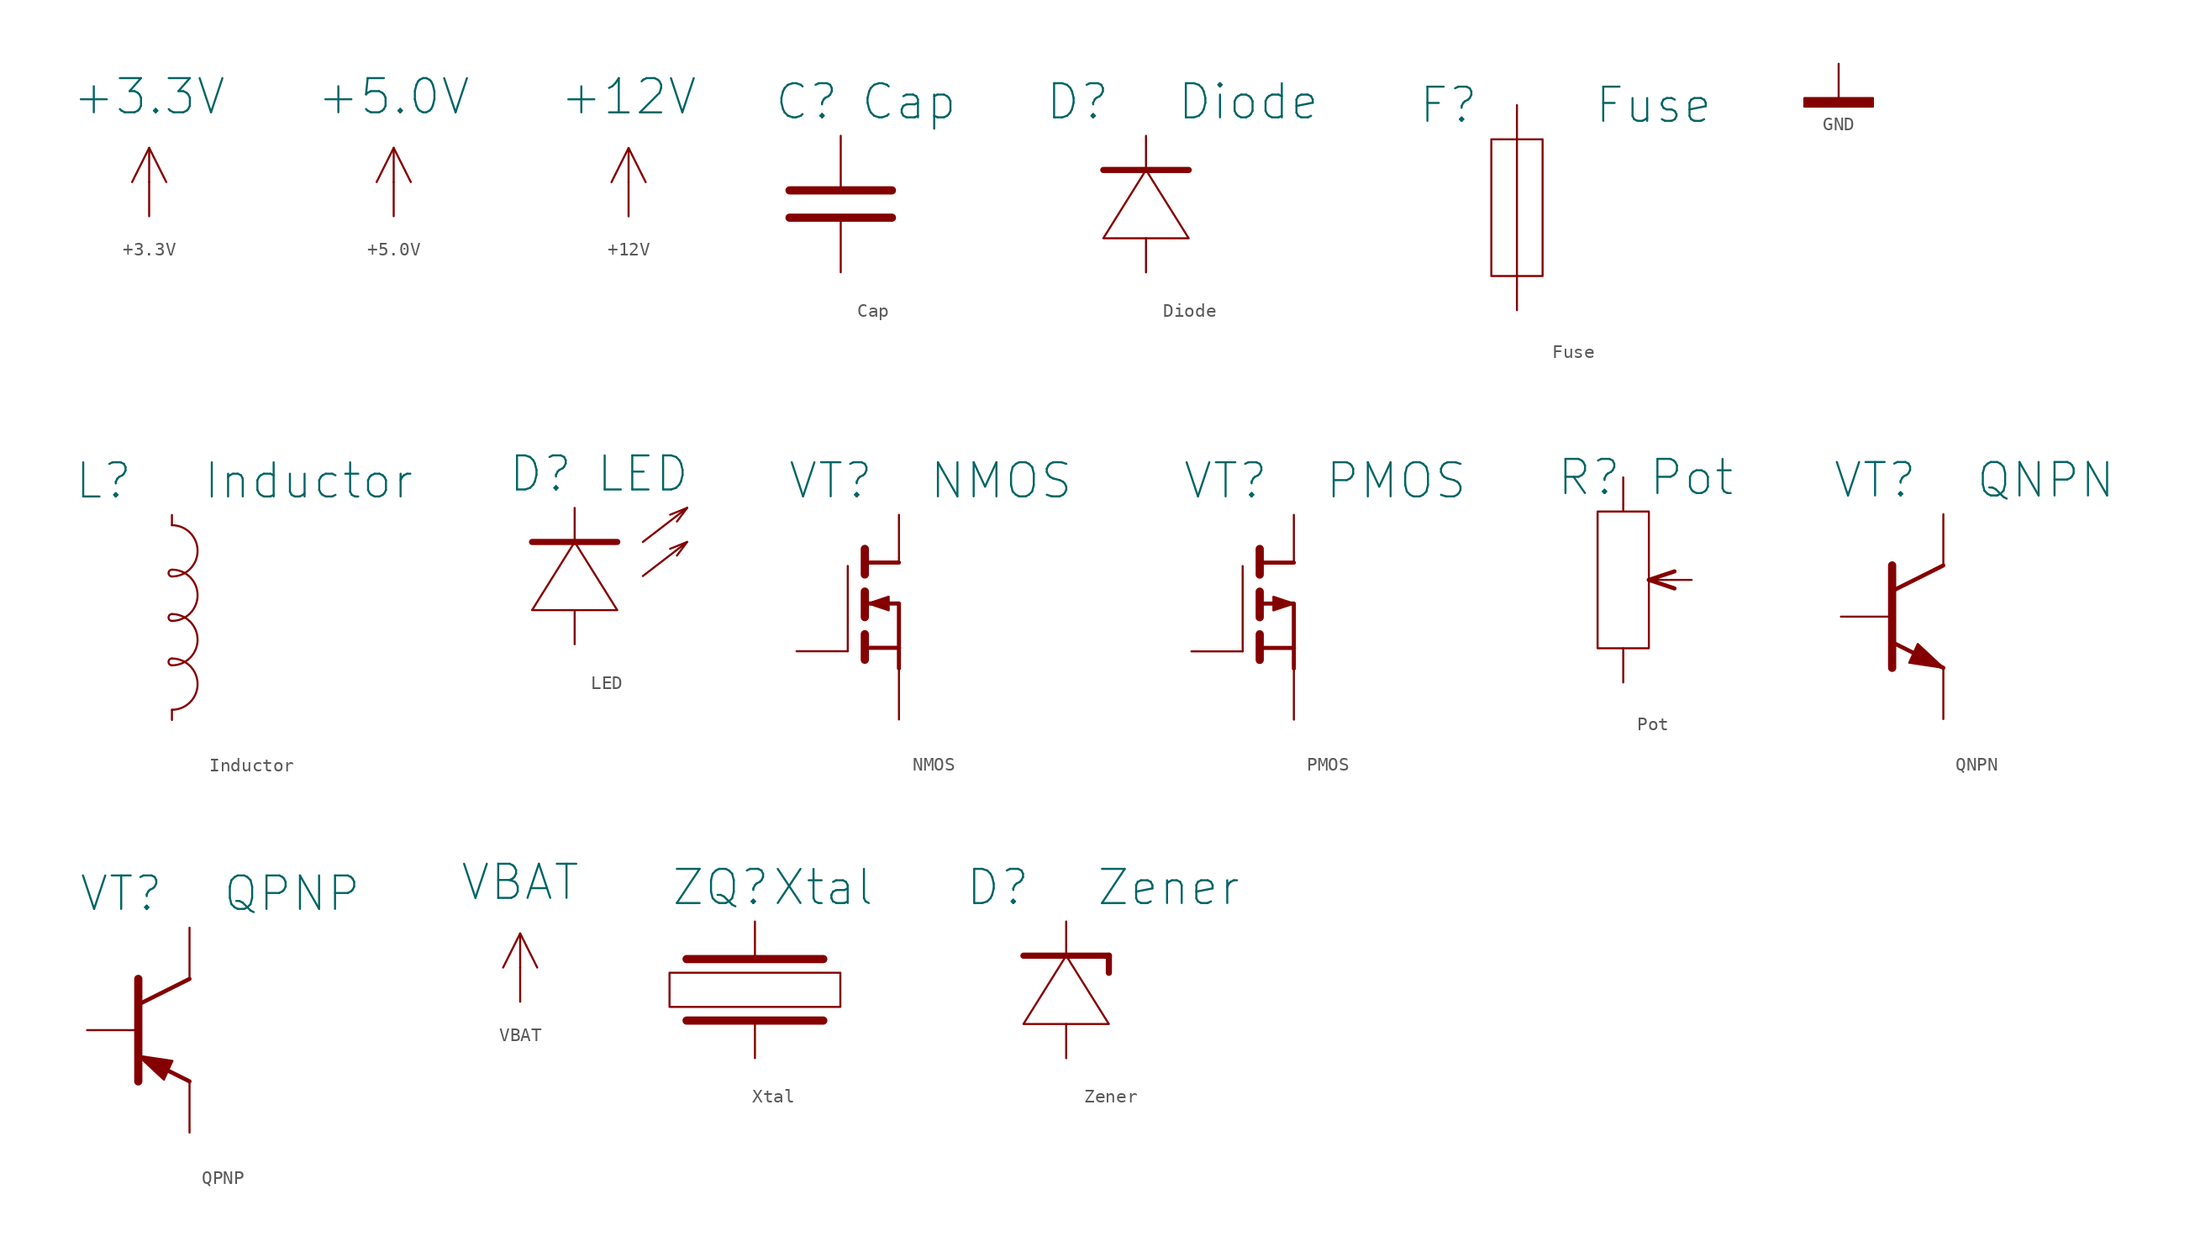
<source format=kicad_sym>
(kicad_symbol_lib
  (version 20211014)
  (generator kicad_symbol_editor)
  (symbol "+3.3V"
    (power)
    (pin_numbers hide)
    (pin_names
      (offset 0) hide)
    (property "Reference" "#PWR"
      (at 6.35 2.54 0)
      (effects (font (size 1.27 1.27)) hide))
    (property "Value" "+3.3V"
      (at 0 8.89 0)
      (effects (font (size 2.54 2.54))))
    (symbol "+3.3V_0_1"
      (polyline (pts (xy 0 2.54) (xy 0 5.08)) (stroke (width 0) (type default) (color 0 0 0 0)) (fill (type none)))
      (polyline (pts (xy -1.27 2.54) (xy 0 5.08) (xy 1.27 2.54)) (stroke (width 0) (type default) (color 0 0 0 0)) (fill (type none))))
    (symbol "+3.3V_1_1"
      (pin power_in line (at 0 0 90) (length 2.54) (name "+3.3V" (effects (font (size 1.27 1.27)))) (number "1" (effects (font (size 1.27 1.27)))))))
  (symbol "+5.0V"
    (power)
    (pin_numbers hide)
    (pin_names
      (offset 0) hide)
    (property "Reference" "#PWR"
      (at 6.35 2.54 0)
      (effects (font (size 1.27 1.27)) hide))
    (property "Value" "+5.0V"
      (at 0 8.89 0)
      (effects (font (size 2.54 2.54))))
    (symbol "+5.0V_0_1"
      (polyline (pts (xy 0 2.54) (xy 0 5.08)) (stroke (width 0) (type default) (color 0 0 0 0)) (fill (type none)))
      (polyline (pts (xy -1.27 2.54) (xy 0 5.08) (xy 1.27 2.54)) (stroke (width 0) (type default) (color 0 0 0 0)) (fill (type none))))
    (symbol "+5.0V_1_1"
      (pin power_in line (at 0 0 90) (length 2.54) (name "+5.0V" (effects (font (size 1.27 1.27)))) (number "1" (effects (font (size 1.27 1.27)))))))
  (symbol "+12V"
    (power)
    (pin_numbers hide)
    (pin_names
      (offset 0) hide)
    (property "Reference" "#PWR"
      (at 6.35 2.54 0)
      (effects (font (size 1.27 1.27)) hide))
    (property "Value" "+12V"
      (at 0 8.89 0)
      (effects (font (size 2.54 2.54))))
    (symbol "+12V_0_1"
      (polyline (pts (xy 0 2.54) (xy 0 5.08)) (stroke (width 0) (type default) (color 0 0 0 0)) (fill (type none)))
      (polyline (pts (xy -1.27 2.54) (xy 0 5.08) (xy 1.27 2.54)) (stroke (width 0) (type default) (color 0 0 0 0)) (fill (type none))))
    (symbol "+12V_1_1"
      (pin power_in line (at 0 0 90) (length 2.54) (name "+12V" (effects (font (size 1.27 1.27)))) (number "1" (effects (font (size 1.27 1.27)))))))
  (symbol "Cap"
    (pin_numbers hide)
    (pin_names
      (offset 0) hide)
    (property "Reference" "C"
      (at -2.54 7.62 0)
      (effects (font (size 2.54 2.54))))
    (property "Value" "Cap"
      (at 5.08 7.62 0)
      (effects (font (size 2.54 2.54))))
    (symbol "Cap_0_1"
      (polyline (pts (xy -3.81 -1.016) (xy 3.81 -1.016)) (stroke (width 0.61) (type default) (color 0 0 0 0)) (fill (type none)))
      (polyline (pts (xy -3.81 1.016) (xy 3.81 1.016)) (stroke (width 0.61) (type default) (color 0 0 0 0)) (fill (type none))))
    (symbol "Cap_1_1"
      (pin passive line (at 0 5.08 270) (length 4.064) (name "~" (effects (font (size 2.54 2.54)))) (number "1" (effects (font (size 2.54 2.54)))))
      (pin passive line (at 0 -5.08 90) (length 4.064) (name "~" (effects (font (size 2.54 2.54)))) (number "2" (effects (font (size 2.54 2.54)))))))
  (symbol "Diode"
    (pin_numbers hide)
    (pin_names
      (offset 0) hide)
    (property "Reference" "D"
      (at -5.08 7.62 0)
      (effects (font (size 2.54 2.54))))
    (property "Value" "Diode"
      (at 7.62 7.62 0)
      (effects (font (size 2.54 2.54))))
    (symbol "Diode_0_1"
      (polyline (pts (xy -3.175 2.54) (xy 3.175 2.54)) (stroke (width 0.457) (type default) (color 0 0 0 0)) (fill (type none)))
      (polyline (pts (xy -3.175 -2.54) (xy 3.175 -2.54) (xy 0 2.54) (xy -3.175 -2.54)) (stroke (width 0) (type default) (color 0 0 0 0)) (fill (type none))))
    (symbol "Diode_1_1"
      (pin passive line (at 0 5.08 270) (length 2.54) (name "K" (effects (font (size 2.54 2.54)))) (number "1" (effects (font (size 2.54 2.54)))))
      (pin passive line (at 0 -5.08 90) (length 2.54) (name "A" (effects (font (size 2.54 2.54)))) (number "2" (effects (font (size 2.54 2.54)))))))
  (symbol "Fuse"
    (pin_numbers hide)
    (pin_names
      (offset 0) hide)
    (property "Reference" "F"
      (at -5.08 7.62 0)
      (effects (font (size 2.54 2.54))))
    (property "Value" "Fuse"
      (at 10.16 7.62 0)
      (effects (font (size 2.54 2.54))))
    (symbol "Fuse_0_1"
      (rectangle (start -1.905 5.08) (end 1.905 -5.08) (stroke (width 0) (type default) (color 0 0 0 0)) (fill (type none)))
      (polyline (pts (xy 0 5.08) (xy 0 -5.08)) (stroke (width 0) (type default) (color 0 0 0 0)) (fill (type none))))
    (symbol "Fuse_1_1"
      (pin passive line (at 0 7.62 270) (length 2.54) (name "~" (effects (font (size 2.54 2.54)))) (number "1" (effects (font (size 2.54 2.54)))))
      (pin passive line (at 0 -7.62 90) (length 2.54) (name "~" (effects (font (size 2.54 2.54)))) (number "2" (effects (font (size 2.54 2.54)))))))
  (symbol "GND"
    (power)
    (pin_numbers hide)
    (pin_names
      (offset 0) hide)
    (property "Reference" "#GND"
      (at 3.81 2.54 0)
      (effects (font (size 1.27 1.27)) hide))
    (symbol "GND_0_1"
      (rectangle (start -2.54 0) (end 2.54 -0.635) (stroke (width 0) (type default) (color 0 0 0 0)) (fill (type outline)))
      (pin power_in line (at 0 2.54 270) (length 2.54) (name "GND" (effects (font (size 1.524 1.524)))) (number "1" (effects (font (size 2.54 2.54)))))))
  (symbol "Inductor"
    (pin_numbers hide)
    (pin_names
      (offset 0) hide)
    (property "Reference" "L"
      (at -5.08 10.16 0)
      (effects (font (size 2.54 2.54))))
    (property "Value" "Inductor"
      (at 10.16 10.16 0)
      (effects (font (size 2.54 2.54))))
    (symbol "Inductor_0_1"
      (arc (start 0 -6.858) (mid 1.905 -4.953) (end 0 -3.048) (stroke (width 0) (type default) (color 0 0 0 0)) (fill (type none)))
      (arc (start 0 -3.556) (mid 1.905 -1.651) (end 0 0.254) (stroke (width 0) (type default) (color 0 0 0 0)) (fill (type none)))
      (arc (start 0 -3.048) (mid -0.254 -3.302) (end 0 -3.556) (stroke (width 0) (type default) (color 0 0 0 0)) (fill (type none)))
      (arc (start 0 -0.254) (mid 1.905 1.651) (end 0 3.556) (stroke (width 0) (type default) (color 0 0 0 0)) (fill (type none)))
      (arc (start 0 0.254) (mid -0.254 0) (end 0 -0.254) (stroke (width 0) (type default) (color 0 0 0 0)) (fill (type none)))
      (arc (start 0 3.048) (mid 1.905 4.953) (end 0 6.858) (stroke (width 0) (type default) (color 0 0 0 0)) (fill (type none)))
      (arc (start 0 3.556) (mid -0.254 3.302) (end 0 3.048) (stroke (width 0) (type default) (color 0 0 0 0)) (fill (type none))))
    (symbol "Inductor_1_1"
      (pin passive line (at 0 7.62 270) (length 0.762) (name "~" (effects (font (size 2.54 2.54)))) (number "1" (effects (font (size 2.54 2.54)))))
      (pin passive line (at 0 -7.62 90) (length 0.762) (name "~" (effects (font (size 2.54 2.54)))) (number "2" (effects (font (size 2.54 2.54)))))))
  (symbol "LED"
    (pin_numbers hide)
    (pin_names
      (offset 0) hide)
    (property "Reference" "D"
      (at -2.54 7.62 0)
      (effects (font (size 2.54 2.54))))
    (property "Value" "LED"
      (at 5.08 7.62 0)
      (effects (font (size 2.54 2.54))))
    (symbol "LED_0_1"
      (polyline (pts (xy -3.175 2.54) (xy 3.175 2.54)) (stroke (width 0.457) (type default) (color 0 0 0 0)) (fill (type none)))
      (polyline (pts (xy 5.08 0) (xy 8.382 2.54)) (stroke (width 0) (type default) (color 0 0 0 0)) (fill (type none)))
      (polyline (pts (xy 5.08 2.54) (xy 8.382 5.08)) (stroke (width 0) (type default) (color 0 0 0 0)) (fill (type none)))
      (polyline (pts (xy 8.382 2.54) (xy 7.112 2.032)) (stroke (width 0) (type default) (color 0 0 0 0)) (fill (type none)))
      (polyline (pts (xy 8.382 2.54) (xy 7.62 1.524)) (stroke (width 0) (type default) (color 0 0 0 0)) (fill (type none)))
      (polyline (pts (xy 8.382 5.08) (xy 7.112 4.572)) (stroke (width 0) (type default) (color 0 0 0 0)) (fill (type none)))
      (polyline (pts (xy 8.382 5.08) (xy 7.62 4.064)) (stroke (width 0) (type default) (color 0 0 0 0)) (fill (type none)))
      (polyline (pts (xy -3.175 -2.54) (xy 3.175 -2.54) (xy 0 2.54) (xy -3.175 -2.54)) (stroke (width 0) (type default) (color 0 0 0 0)) (fill (type none))))
    (symbol "LED_1_1"
      (pin passive line (at 0 5.08 270) (length 2.54) (name "C" (effects (font (size 2.54 2.54)))) (number "1" (effects (font (size 2.54 2.54)))))
      (pin passive line (at 0 -5.08 90) (length 2.54) (name "A" (effects (font (size 2.54 2.54)))) (number "2" (effects (font (size 2.54 2.54)))))))
  (symbol "NMOS"
    (pin_numbers hide)
    (pin_names
      (offset 0) hide)
    (property "Reference" "VT"
      (at -5.08 10.16 0)
      (effects (font (size 2.54 2.54))))
    (property "Value" "NMOS"
      (at 7.62 10.16 0)
      (effects (font (size 2.54 2.54))))
    (symbol "NMOS_0_0"
      (polyline (pts (xy -2.54 5.08) (xy -2.54 3.175)) (stroke (width 0.61) (type default) (color 0 0 0 0)) (fill (type none)))
      (polyline (pts (xy -2.286 1.016) (xy -0.762 1.524) (xy -0.762 0.508) (xy -2.286 1.016) (xy -2.159 1.016)) (stroke (width 0) (type default) (color 0 0 0 0)) (fill (type outline))))
    (symbol "NMOS_0_1"
      (polyline (pts (xy -3.81 -2.54) (xy -3.81 3.81)) (stroke (width 0) (type default) (color 0 0 0 0)) (fill (type none)))
      (polyline (pts (xy -2.54 -1.27) (xy -2.54 -3.175)) (stroke (width 0.61) (type default) (color 0 0 0 0)) (fill (type none)))
      (polyline (pts (xy -2.54 1.905) (xy -2.54 0)) (stroke (width 0.61) (type default) (color 0 0 0 0)) (fill (type none)))
      (polyline (pts (xy 0 -2.286) (xy -2.54 -2.286)) (stroke (width 0.305) (type default) (color 0 0 0 0)) (fill (type none)))
      (polyline (pts (xy 0 -2.286) (xy 0 -3.81)) (stroke (width 0.305) (type default) (color 0 0 0 0)) (fill (type none)))
      (polyline (pts (xy 0 4.064) (xy -2.54 4.064)) (stroke (width 0.305) (type default) (color 0 0 0 0)) (fill (type none)))
      (polyline (pts (xy -2.54 1.016) (xy 0 1.016) (xy 0 -2.286)) (stroke (width 0.305) (type default) (color 0 0 0 0)) (fill (type none))))
    (symbol "NMOS_1_1"
      (pin passive line (at -7.62 -2.54 0) (length 3.81) (name "g" (effects (font (size 1.905 1.905)))) (number "1" (effects (font (size 2.489 2.489)))))
      (pin passive line (at 0 -7.62 90) (length 3.81) (name "s" (effects (font (size 1.905 1.905)))) (number "2" (effects (font (size 2.489 2.489)))))
      (pin passive line (at 0 7.62 270) (length 3.556) (name "d" (effects (font (size 1.905 1.905)))) (number "3" (effects (font (size 2.489 2.489)))))))
  (symbol "PMOS"
    (pin_numbers hide)
    (pin_names
      (offset 0) hide)
    (property "Reference" "VT"
      (at -5.08 10.16 0)
      (effects (font (size 2.54 2.54))))
    (property "Value" "PMOS"
      (at 7.62 10.16 0)
      (effects (font (size 2.54 2.54))))
    (symbol "PMOS_0_0"
      (polyline (pts (xy -2.54 5.08) (xy -2.54 3.175)) (stroke (width 0.61) (type default) (color 0 0 0 0)) (fill (type none)))
      (polyline (pts (xy 0 1.016) (xy -1.524 1.524) (xy -1.524 0.508) (xy 0 1.016) (xy -0.127 1.016)) (stroke (width 0) (type default) (color 0 0 0 0)) (fill (type outline))))
    (symbol "PMOS_0_1"
      (polyline (pts (xy -3.81 -2.54) (xy -3.81 3.81)) (stroke (width 0) (type default) (color 0 0 0 0)) (fill (type none)))
      (polyline (pts (xy -2.54 -1.27) (xy -2.54 -3.175)) (stroke (width 0.61) (type default) (color 0 0 0 0)) (fill (type none)))
      (polyline (pts (xy -2.54 1.905) (xy -2.54 0)) (stroke (width 0.61) (type default) (color 0 0 0 0)) (fill (type none)))
      (polyline (pts (xy 0 -2.286) (xy -2.54 -2.286)) (stroke (width 0.305) (type default) (color 0 0 0 0)) (fill (type none)))
      (polyline (pts (xy 0 -2.286) (xy 0 -3.81)) (stroke (width 0.305) (type default) (color 0 0 0 0)) (fill (type none)))
      (polyline (pts (xy 0 4.064) (xy -2.54 4.064)) (stroke (width 0.305) (type default) (color 0 0 0 0)) (fill (type none)))
      (polyline (pts (xy -2.54 1.016) (xy 0 1.016) (xy 0 -2.286)) (stroke (width 0.305) (type default) (color 0 0 0 0)) (fill (type none))))
    (symbol "PMOS_1_1"
      (pin passive line (at -7.62 -2.54 0) (length 3.81) (name "g" (effects (font (size 1.905 1.905)))) (number "1" (effects (font (size 2.489 2.489)))))
      (pin passive line (at 0 -7.62 90) (length 3.81) (name "s" (effects (font (size 1.905 1.905)))) (number "2" (effects (font (size 2.489 2.489)))))
      (pin passive line (at 0 7.62 270) (length 3.556) (name "d" (effects (font (size 1.905 1.905)))) (number "3" (effects (font (size 2.489 2.489)))))))
  (symbol "Pot"
    (pin_numbers hide)
    (pin_names
      (offset 0) hide)
    (property "Reference" "R"
      (at -2.54 7.62 0)
      (effects (font (size 2.54 2.54))))
    (property "Value" "Pot"
      (at 5.08 7.62 0)
      (effects (font (size 2.54 2.54))))
    (symbol "Pot_0_1"
      (rectangle (start -1.905 5.08) (end 1.905 -5.08) (stroke (width 0) (type default) (color 0 0 0 0)) (fill (type none)))
      (polyline (pts (xy 1.905 0) (xy 3.81 -0.635)) (stroke (width 0.305) (type default) (color 0 0 0 0)) (fill (type none)))
      (polyline (pts (xy 1.905 0) (xy 3.81 0.635)) (stroke (width 0.305) (type default) (color 0 0 0 0)) (fill (type none))))
    (symbol "Pot_1_1"
      (pin passive line (at 0 7.62 270) (length 2.54) (name "~" (effects (font (size 2.54 2.54)))) (number "1" (effects (font (size 2.54 2.54)))))
      (pin passive line (at 0 -7.62 90) (length 2.54) (name "~" (effects (font (size 2.54 2.54)))) (number "2" (effects (font (size 2.54 2.54)))))
      (pin passive line (at 5.08 0 180) (length 3.175) (name "~" (effects (font (size 1.905 1.905)))) (number "3" (effects (font (size 2.489 2.489)))))))
  (symbol "QNPN"
    (pin_numbers hide)
    (pin_names
      (offset 0) hide)
    (property "Reference" "VT"
      (at -5.08 10.16 0)
      (effects (font (size 2.489 2.489))))
    (property "Value" "QNPN"
      (at 7.62 10.16 0)
      (effects (font (size 2.489 2.489))))
    (symbol "QNPN_0_0"
      (polyline (pts (xy -3.81 3.81) (xy -3.81 -3.81)) (stroke (width 0.61) (type default) (color 0 0 0 0)) (fill (type none)))
      (polyline (pts (xy 0 -3.81) (xy -3.81 -1.905)) (stroke (width 0.305) (type default) (color 0 0 0 0)) (fill (type none)))
      (polyline (pts (xy 0 3.81) (xy -3.81 1.905)) (stroke (width 0.305) (type default) (color 0 0 0 0)) (fill (type none)))
      (polyline (pts (xy 0 -3.81) (xy -2.54 -3.429) (xy -1.905 -2.032) (xy 0 -3.81) (xy -0.127 -3.81)) (stroke (width 0) (type default) (color 0 0 0 0)) (fill (type outline))))
    (symbol "QNPN_1_1"
      (pin passive line (at -7.62 0 0) (length 3.81) (name "b" (effects (font (size 1.905 1.905)))) (number "1" (effects (font (size 2.489 2.489)))))
      (pin passive line (at 0 7.62 270) (length 3.81) (name "c" (effects (font (size 1.905 1.905)))) (number "2" (effects (font (size 2.489 2.489)))))
      (pin passive line (at 0 -7.62 90) (length 3.81) (name "e" (effects (font (size 1.905 1.905)))) (number "3" (effects (font (size 2.489 2.489)))))))
  (symbol "QPNP"
    (pin_numbers hide)
    (pin_names
      (offset 0) hide)
    (property "Reference" "VT"
      (at -5.08 10.16 0)
      (effects (font (size 2.489 2.489))))
    (property "Value" "QPNP"
      (at 7.62 10.16 0)
      (effects (font (size 2.489 2.489))))
    (symbol "QPNP_0_0"
      (polyline (pts (xy -3.81 3.81) (xy -3.81 -3.81)) (stroke (width 0.61) (type default) (color 0 0 0 0)) (fill (type none)))
      (polyline (pts (xy 0 -3.81) (xy -3.81 -1.905)) (stroke (width 0.305) (type default) (color 0 0 0 0)) (fill (type none)))
      (polyline (pts (xy 0 3.81) (xy -3.81 1.905)) (stroke (width 0.305) (type default) (color 0 0 0 0)) (fill (type none)))
      (polyline (pts (xy -3.81 -1.905) (xy -1.27 -2.286) (xy -1.905 -3.683) (xy -3.81 -1.905) (xy -3.683 -1.905)) (stroke (width 0) (type default) (color 0 0 0 0)) (fill (type outline))))
    (symbol "QPNP_1_1"
      (pin passive line (at -7.62 0 0) (length 3.81) (name "~" (effects (font (size 1.905 1.905)))) (number "~" (effects (font (size 2.489 2.489)))))
      (pin passive line (at 0 -7.62 90) (length 3.81) (name "~" (effects (font (size 1.905 1.905)))) (number "~" (effects (font (size 2.489 2.489)))))
      (pin passive line (at 0 7.62 270) (length 3.81) (name "~" (effects (font (size 1.905 1.905)))) (number "~" (effects (font (size 2.489 2.489)))))))
  (symbol "VBAT"
    (power)
    (pin_numbers hide)
    (pin_names
      (offset 0) hide)
    (property "Reference" "#PWR"
      (at 6.35 2.54 0)
      (effects (font (size 1.27 1.27)) hide))
    (property "Value" "VBAT"
      (at 0 8.89 0)
      (effects (font (size 2.54 2.54))))
    (symbol "VBAT_0_1"
      (polyline (pts (xy 0 2.54) (xy 0 5.08)) (stroke (width 0) (type default) (color 0 0 0 0)) (fill (type none)))
      (polyline (pts (xy -1.27 2.54) (xy 0 5.08) (xy 1.27 2.54)) (stroke (width 0) (type default) (color 0 0 0 0)) (fill (type none))))
    (symbol "VBAT_1_1"
      (pin power_in line (at 0 0 90) (length 2.54) (name "Vbat" (effects (font (size 1.27 1.27)))) (number "1" (effects (font (size 1.27 1.27)))))))
  (symbol "Xtal"
    (pin_numbers hide)
    (pin_names
      (offset 0) hide)
    (property "Reference" "ZQ"
      (at -2.54 7.62 0)
      (effects (font (size 2.54 2.54))))
    (property "Value" "Xtal"
      (at 5.08 7.62 0)
      (effects (font (size 2.54 2.54))))
    (symbol "Xtal_0_1"
      (rectangle (start -6.35 1.27) (end 6.35 -1.27) (stroke (width 0) (type default) (color 0 0 0 0)) (fill (type none)))
      (polyline (pts (xy -5.08 -2.286) (xy 5.08 -2.286)) (stroke (width 0.61) (type default) (color 0 0 0 0)) (fill (type none)))
      (polyline (pts (xy -5.08 2.286) (xy 5.08 2.286)) (stroke (width 0.61) (type default) (color 0 0 0 0)) (fill (type none))))
    (symbol "Xtal_1_1"
      (pin passive line (at 0 5.08 270) (length 2.794) (name "~" (effects (font (size 2.54 2.54)))) (number "1" (effects (font (size 2.54 2.54)))))
      (pin passive line (at 0 -5.08 90) (length 2.794) (name "~" (effects (font (size 2.54 2.54)))) (number "2" (effects (font (size 2.54 2.54)))))))
  (symbol "Zener"
    (pin_numbers hide)
    (pin_names
      (offset 0) hide)
    (property "Reference" "D"
      (at -5.08 7.62 0)
      (effects (font (size 2.54 2.54))))
    (property "Value" "Zener"
      (at 7.62 7.62 0)
      (effects (font (size 2.54 2.54))))
    (symbol "Zener_0_1"
      (polyline (pts (xy -3.175 2.54) (xy 3.175 2.54)) (stroke (width 0.457) (type default) (color 0 0 0 0)) (fill (type none)))
      (polyline (pts (xy 3.175 2.54) (xy 3.175 1.27)) (stroke (width 0.457) (type default) (color 0 0 0 0)) (fill (type none)))
      (polyline (pts (xy -3.175 -2.54) (xy 3.175 -2.54) (xy 0 2.54) (xy -3.175 -2.54)) (stroke (width 0) (type default) (color 0 0 0 0)) (fill (type none))))
    (symbol "Zener_1_1"
      (pin passive line (at 0 5.08 270) (length 2.54) (name "K" (effects (font (size 2.54 2.54)))) (number "1" (effects (font (size 2.54 2.54)))))
      (pin passive line (at 0 -5.08 90) (length 2.54) (name "A" (effects (font (size 2.54 2.54)))) (number "2" (effects (font (size 2.54 2.54))))))))
</source>
